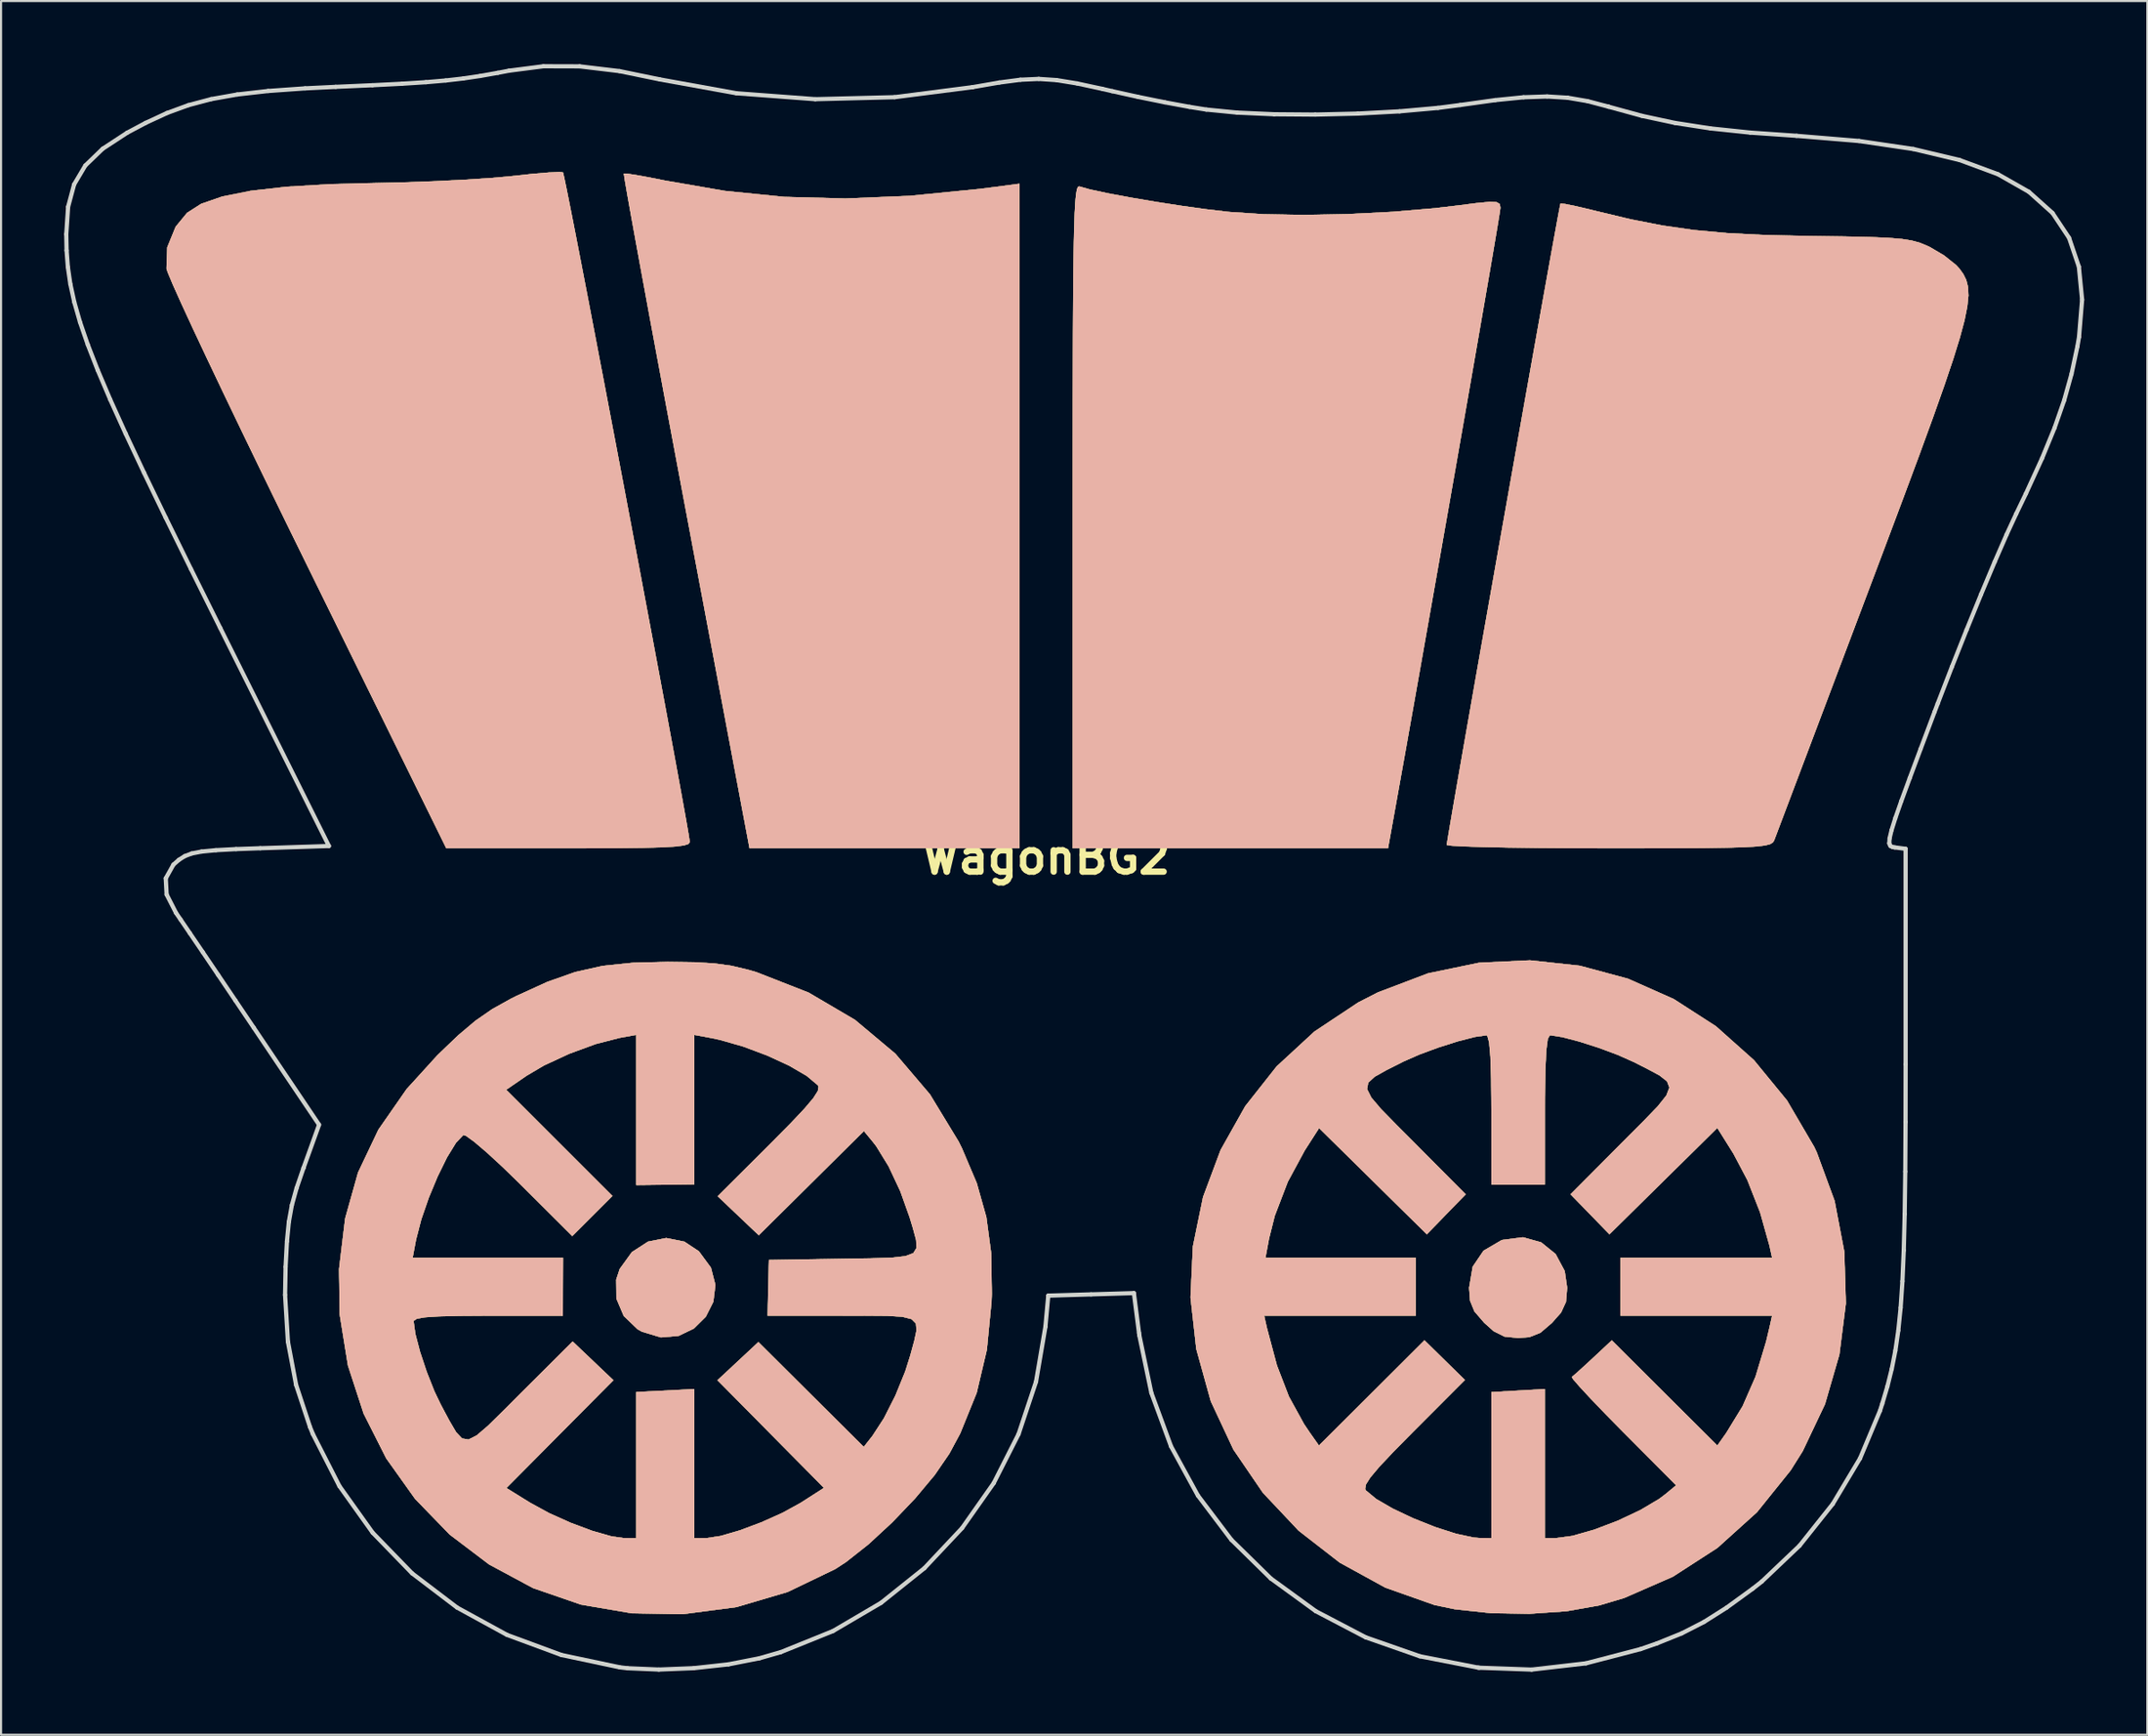
<source format=kicad_pcb>
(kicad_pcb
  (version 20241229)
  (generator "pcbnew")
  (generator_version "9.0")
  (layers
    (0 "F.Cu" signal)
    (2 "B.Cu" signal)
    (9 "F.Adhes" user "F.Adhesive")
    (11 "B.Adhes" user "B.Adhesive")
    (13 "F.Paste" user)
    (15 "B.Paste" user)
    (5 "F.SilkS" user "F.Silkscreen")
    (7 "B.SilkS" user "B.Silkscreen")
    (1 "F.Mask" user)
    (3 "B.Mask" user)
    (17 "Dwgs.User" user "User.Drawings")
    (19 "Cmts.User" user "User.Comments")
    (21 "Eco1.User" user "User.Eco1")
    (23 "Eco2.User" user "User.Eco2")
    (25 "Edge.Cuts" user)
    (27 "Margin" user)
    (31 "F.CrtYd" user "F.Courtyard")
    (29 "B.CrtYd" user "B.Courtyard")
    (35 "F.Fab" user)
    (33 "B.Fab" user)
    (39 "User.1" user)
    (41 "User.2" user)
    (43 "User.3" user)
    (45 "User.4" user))
  (footprint "WagonBG2"
    (layer "F.Cu")
    (at 46.662 37.704)
    (property "Reference" "WagonBG2" (at 0 0 0) (layer "F.SilkS") (effects (font (size 1.524 1.524) (thickness 0.3))))
    (attr through_hole)
    (fp_poly (pts (xy -17.188 18.286) (xy -16.499 18.743) (xy -15.927 19.521) (xy -15.715 20.341) (xy -15.813 21.139) (xy -16.171 21.85) (xy -16.739 22.412) (xy -17.466 22.761) (xy -18.303 22.832) (xy -19.2 22.562) (xy -19.409 22.446) (xy -20.066 21.817) (xy -20.417 20.988) (xy -20.425 20.085) (xy -20.258 19.582) (xy -19.681 18.782) (xy -18.914 18.285) (xy -18.052 18.112) (xy -17.188 18.286)) (stroke (width 0.01) (type solid)) (fill yes) (layer "F.SilkS"))
    (fp_poly (pts (xy 23.529 18.318) (xy 24.215 18.872) (xy 24.649 19.682) (xy 24.765 20.476) (xy 24.708 21.145) (xy 24.476 21.651) (xy 24.045 22.14) (xy 23.493 22.612) (xy 22.967 22.821) (xy 22.437 22.86) (xy 21.788 22.795) (xy 21.274 22.538) (xy 20.828 22.14) (xy 20.362 21.599) (xy 20.153 21.086) (xy 20.108 20.476) (xy 20.281 19.471) (xy 20.793 18.716) (xy 21.634 18.224) (xy 21.699 18.202) (xy 22.666 18.076) (xy 23.529 18.318)) (stroke (width 0.01) (type solid)) (fill yes) (layer "F.SilkS"))
    (fp_poly (pts (xy -19.843 -32.486) (xy -19.305 -32.399) (xy -18.544 -32.256) (xy -18.098 -32.165) (xy -15.257 -31.674) (xy -12.435 -31.39) (xy -9.54 -31.313) (xy -6.479 -31.439) (xy -3.158 -31.769) (xy -2.381 -31.868) (xy -1.27 -32.016) (xy -1.27 -0.423) (xy -14.089 -0.423) (xy -17.106 -16.432) (xy -17.584 -18.974) (xy -18.037 -21.392) (xy -18.459 -23.656) (xy -18.845 -25.733) (xy -19.188 -27.592) (xy -19.483 -29.2) (xy -19.724 -30.526) (xy -19.905 -31.538) (xy -20.02 -32.203) (xy -20.063 -32.491) (xy -20.062 -32.5) (xy -19.843 -32.486)) (stroke (width 0.01) (type solid)) (fill yes) (layer "F.SilkS"))
    (fp_poly (pts (xy 2.086 -31.745) (xy 2.915 -31.566) (xy 3.979 -31.366) (xy 5.182 -31.161) (xy 6.432 -30.967) (xy 7.636 -30.8) (xy 8.69 -30.676) (xy 10.329 -30.567) (xy 12.255 -30.533) (xy 14.341 -30.572) (xy 16.46 -30.68) (xy 18.482 -30.852) (xy 19.526 -30.976) (xy 20.47 -31.097) (xy 21.072 -31.154) (xy 21.408 -31.142) (xy 21.555 -31.057) (xy 21.59 -30.896) (xy 21.59 -30.863) (xy 21.554 -30.611) (xy 21.451 -29.979) (xy 21.287 -29.007) (xy 21.069 -27.733) (xy 20.803 -26.195) (xy 20.497 -24.43) (xy 20.157 -22.478) (xy 19.789 -20.375) (xy 19.401 -18.161) (xy 18.999 -15.874) (xy 18.59 -13.551) (xy 18.18 -11.232) (xy 17.777 -8.953) (xy 17.386 -6.753) (xy 17.015 -4.67) (xy 16.669 -2.743) (xy 16.376 -1.111) (xy 16.251 -0.423) (xy 1.27 -0.423) (xy 1.27 -16.215) (xy 1.271 -19.205) (xy 1.273 -21.798) (xy 1.279 -24.022) (xy 1.287 -25.904) (xy 1.298 -27.47) (xy 1.314 -28.748) (xy 1.335 -29.765) (xy 1.36 -30.547) (xy 1.391 -31.122) (xy 1.429 -31.516) (xy 1.473 -31.757) (xy 1.524 -31.872) (xy 1.582 -31.887) (xy 2.086 -31.745)) (stroke (width 0.01) (type solid)) (fill yes) (layer "F.SilkS"))
    (fp_poly (pts (xy -22.958 -32.554) (xy -22.905 -32.336) (xy -22.781 -31.742) (xy -22.595 -30.809) (xy -22.353 -29.578) (xy -22.064 -28.086) (xy -21.733 -26.374) (xy -21.37 -24.479) (xy -20.98 -22.442) (xy -20.573 -20.302) (xy -20.154 -18.096) (xy -19.732 -15.865) (xy -19.313 -13.647) (xy -18.906 -11.482) (xy -18.517 -9.409) (xy -18.154 -7.466) (xy -17.824 -5.693) (xy -17.535 -4.128) (xy -17.295 -2.812) (xy -17.109 -1.782) (xy -16.987 -1.078) (xy -16.935 -0.739) (xy -16.933 -0.72) (xy -16.994 -0.63) (xy -17.204 -0.56) (xy -17.606 -0.507) (xy -18.244 -0.469) (xy -19.16 -0.444) (xy -20.397 -0.43) (xy -21.998 -0.424) (xy -22.717 -0.423) (xy -28.5 -0.423) (xy -35.084 -13.811) (xy -36.183 -16.052) (xy -37.228 -18.197) (xy -38.203 -20.214) (xy -39.094 -22.07) (xy -39.884 -23.732) (xy -40.559 -25.169) (xy -41.103 -26.347) (xy -41.501 -27.234) (xy -41.737 -27.798) (xy -41.797 -27.982) (xy -41.761 -28.995) (xy -41.363 -29.971) (xy -40.82 -30.632) (xy -40.151 -31.06) (xy -39.151 -31.407) (xy -37.801 -31.678) (xy -36.084 -31.873) (xy -33.982 -31.997) (xy -32.115 -32.045) (xy -30.595 -32.079) (xy -29.05 -32.135) (xy -27.591 -32.208) (xy -26.328 -32.291) (xy -25.373 -32.379) (xy -25.341 -32.383) (xy -24.407 -32.485) (xy -23.637 -32.55) (xy -23.124 -32.572) (xy -22.958 -32.554)) (stroke (width 0.01) (type solid)) (fill yes) (layer "F.SilkS"))
    (fp_poly (pts (xy 24.666 -31.054) (xy 25.189 -30.947) (xy 25.921 -30.774) (xy 26.169 -30.712) (xy 27.786 -30.325) (xy 29.286 -30.031) (xy 30.774 -29.816) (xy 32.357 -29.67) (xy 34.141 -29.578) (xy 36.231 -29.531) (xy 36.445 -29.528) (xy 37.974 -29.507) (xy 39.143 -29.481) (xy 40.019 -29.444) (xy 40.666 -29.39) (xy 41.147 -29.313) (xy 41.529 -29.207) (xy 41.874 -29.065) (xy 42.001 -29.006) (xy 42.672 -28.61) (xy 43.244 -28.155) (xy 43.411 -27.974) (xy 43.595 -27.716) (xy 43.732 -27.437) (xy 43.815 -27.109) (xy 43.834 -26.701) (xy 43.781 -26.183) (xy 43.649 -25.525) (xy 43.428 -24.699) (xy 43.11 -23.672) (xy 42.686 -22.416) (xy 42.15 -20.901) (xy 41.491 -19.096) (xy 40.701 -16.973) (xy 39.773 -14.5) (xy 39.214 -13.018) (xy 38.407 -10.878) (xy 37.642 -8.851) (xy 36.933 -6.971) (xy 36.293 -5.274) (xy 35.735 -3.797) (xy 35.273 -2.574) (xy 34.921 -1.642) (xy 34.692 -1.035) (xy 34.6 -0.794) (xy 34.537 -0.697) (xy 34.406 -0.618) (xy 34.164 -0.557) (xy 33.771 -0.509) (xy 33.186 -0.475) (xy 32.367 -0.451) (xy 31.275 -0.435) (xy 29.868 -0.427) (xy 28.105 -0.424) (xy 26.753 -0.423) (xy 24.995 -0.428) (xy 23.377 -0.439) (xy 21.947 -0.458) (xy 20.752 -0.483) (xy 19.838 -0.512) (xy 19.254 -0.546) (xy 19.046 -0.582) (xy 19.046 -0.582) (xy 19.081 -0.817) (xy 19.183 -1.426) (xy 19.345 -2.371) (xy 19.56 -3.61) (xy 19.821 -5.104) (xy 20.121 -6.813) (xy 20.452 -8.697) (xy 20.808 -10.715) (xy 21.182 -12.829) (xy 21.565 -14.999) (xy 21.953 -17.183) (xy 22.336 -19.342) (xy 22.709 -21.437) (xy 23.064 -23.427) (xy 23.394 -25.272) (xy 23.692 -26.933) (xy 23.95 -28.369) (xy 24.163 -29.54) (xy 24.322 -30.407) (xy 24.421 -30.929) (xy 24.452 -31.073) (xy 24.666 -31.054)) (stroke (width 0.01) (type solid)) (fill yes) (layer "F.SilkS"))
    (fp_poly (pts (xy 25.368 5.166) (xy 27.659 5.784) (xy 29.828 6.748) (xy 31.836 8.043) (xy 33.644 9.656) (xy 35.213 11.571) (xy 36.504 13.776) (xy 36.623 14.027) (xy 37.475 16.347) (xy 37.936 18.761) (xy 38.01 21.214) (xy 37.702 23.649) (xy 37.017 26.01) (xy 35.959 28.242) (xy 35.39 29.149) (xy 33.786 31.145) (xy 31.905 32.842) (xy 29.787 34.211) (xy 27.475 35.222) (xy 26.296 35.574) (xy 24.745 35.851) (xy 22.972 35.974) (xy 21.146 35.943) (xy 19.436 35.759) (xy 18.464 35.557) (xy 16.126 34.73) (xy 13.959 33.54) (xy 12.006 32.023) (xy 10.308 30.22) (xy 8.909 28.169) (xy 7.851 25.909) (xy 7.821 25.828) (xy 7.143 23.386) (xy 6.966 21.802) (xy 10.364 21.802) (xy 10.495 22.384) (xy 10.971 24.168) (xy 11.542 25.651) (xy 12.258 26.953) (xy 12.545 27.379) (xy 12.97 27.981) (xy 15.478 25.48) (xy 17.986 22.978) (xy 18.944 23.918) (xy 19.902 24.859) (xy 17.429 27.339) (xy 16.491 28.291) (xy 15.828 28.996) (xy 15.409 29.495) (xy 15.198 29.83) (xy 15.163 30.042) (xy 15.2 30.114) (xy 15.69 30.52) (xy 16.477 30.977) (xy 17.447 31.437) (xy 18.487 31.851) (xy 19.481 32.172) (xy 20.315 32.352) (xy 20.585 32.374) (xy 21.167 32.385) (xy 21.167 25.438) (xy 22.437 25.366) (xy 23.707 25.294) (xy 23.707 28.84) (xy 23.707 32.385) (xy 24.197 32.385) (xy 25.014 32.275) (xy 26.049 31.98) (xy 27.17 31.554) (xy 28.244 31.048) (xy 29.14 30.516) (xy 29.424 30.302) (xy 29.951 29.868) (xy 27.421 27.324) (xy 26.596 26.485) (xy 25.895 25.756) (xy 25.366 25.185) (xy 25.053 24.824) (xy 24.99 24.719) (xy 25.187 24.553) (xy 25.593 24.185) (xy 25.989 23.819) (xy 26.888 22.979) (xy 31.904 27.981) (xy 32.329 27.379) (xy 33.105 26.11) (xy 33.721 24.703) (xy 34.224 23.035) (xy 34.379 22.384) (xy 34.51 21.802) (xy 27.305 21.802) (xy 27.305 19.05) (xy 34.51 19.05) (xy 34.381 18.468) (xy 33.937 16.888) (xy 33.335 15.356) (xy 32.669 14.095) (xy 31.903 12.87) (xy 29.34 15.4) (xy 26.776 17.929) (xy 25.854 16.98) (xy 24.932 16.032) (xy 27.441 13.508) (xy 28.398 12.549) (xy 29.077 11.844) (xy 29.484 11.332) (xy 29.628 10.956) (xy 29.515 10.657) (xy 29.154 10.375) (xy 28.552 10.052) (xy 27.923 9.735) (xy 27.18 9.403) (xy 26.28 9.067) (xy 25.357 8.771) (xy 24.543 8.557) (xy 23.972 8.467) (xy 23.941 8.467) (xy 23.844 8.641) (xy 23.774 9.177) (xy 23.729 10.092) (xy 23.708 11.405) (xy 23.707 12.016) (xy 23.707 15.565) (xy 21.167 15.565) (xy 21.167 12.016) (xy 21.155 10.546) (xy 21.12 9.481) (xy 21.059 8.802) (xy 20.973 8.492) (xy 20.933 8.467) (xy 20.388 8.545) (xy 19.588 8.75) (xy 18.669 9.041) (xy 17.762 9.375) (xy 17.002 9.709) (xy 16.95 9.735) (xy 16.166 10.13) (xy 15.617 10.439) (xy 15.311 10.72) (xy 15.255 11.031) (xy 15.457 11.433) (xy 15.924 11.982) (xy 16.664 12.739) (xy 17.432 13.508) (xy 19.941 16.032) (xy 19.019 16.98) (xy 18.098 17.929) (xy 12.977 12.878) (xy 12.292 13.946) (xy 11.486 15.438) (xy 10.869 17.052) (xy 10.597 18.135) (xy 10.426 19.05) (xy 17.568 19.05) (xy 17.568 21.802) (xy 10.364 21.802) (xy 6.966 21.802) (xy 6.869 20.934) (xy 6.981 18.513) (xy 7.463 16.164) (xy 8.298 13.928) (xy 9.469 11.843) (xy 10.961 9.952) (xy 12.756 8.295) (xy 14.838 6.912) (xy 15.769 6.435) (xy 18.156 5.528) (xy 20.578 5.024) (xy 22.995 4.908) (xy 25.368 5.166)) (stroke (width 0.01) (type solid)) (fill yes) (layer "F.SilkS"))
    (fp_poly (pts (xy -16.725 4.998) (xy -15.75 5.056) (xy -14.936 5.171) (xy -14.152 5.358) (xy -13.758 5.474) (xy -11.285 6.443) (xy -9.086 7.735) (xy -7.164 9.346) (xy -5.52 11.278) (xy -4.154 13.527) (xy -4.002 13.833) (xy -3.295 15.497) (xy -2.839 17.115) (xy -2.609 18.823) (xy -2.578 20.759) (xy -2.591 21.133) (xy -2.814 23.422) (xy -3.298 25.471) (xy -4.077 27.393) (xy -4.598 28.363) (xy -5.29 29.373) (xy -6.23 30.497) (xy -7.315 31.632) (xy -8.442 32.673) (xy -9.507 33.514) (xy -10.023 33.85) (xy -12.283 34.938) (xy -14.714 35.656) (xy -17.262 35.991) (xy -19.685 35.95) (xy -22.107 35.536) (xy -24.377 34.751) (xy -26.465 33.629) (xy -28.344 32.204) (xy -29.983 30.512) (xy -31.355 28.585) (xy -32.428 26.459) (xy -33.175 24.167) (xy -33.567 21.744) (xy -33.597 19.588) (xy -33.533 19.05) (xy -30.104 19.05) (xy -22.958 19.05) (xy -22.962 20.426) (xy -22.966 21.801) (xy -26.511 21.801) (xy -27.874 21.809) (xy -28.861 21.833) (xy -29.521 21.877) (xy -29.902 21.946) (xy -30.05 22.043) (xy -30.057 22.075) (xy -29.973 22.676) (xy -29.751 23.521) (xy -29.436 24.47) (xy -29.074 25.386) (xy -28.772 26.018) (xy -28.359 26.794) (xy -28.041 27.337) (xy -27.758 27.64) (xy -27.448 27.695) (xy -27.053 27.495) (xy -26.511 27.03) (xy -25.764 26.295) (xy -25.003 25.532) (xy -22.497 23.033) (xy -20.565 24.871) (xy -23.108 27.434) (xy -25.651 29.996) (xy -24.52 30.697) (xy -23.62 31.19) (xy -22.592 31.652) (xy -21.564 32.036) (xy -20.661 32.294) (xy -20.055 32.381) (xy -19.473 32.385) (xy -19.473 25.436) (xy -18.097 25.365) (xy -16.721 25.294) (xy -16.721 28.84) (xy -16.722 32.385) (xy -16.14 32.381) (xy -15.463 32.278) (xy -14.548 32.011) (xy -13.526 31.628) (xy -12.523 31.178) (xy -11.668 30.708) (xy -11.619 30.677) (xy -10.55 29.991) (xy -13.08 27.431) (xy -15.611 24.871) (xy -14.64 23.966) (xy -13.67 23.061) (xy -11.166 25.553) (xy -8.662 28.046) (xy -8.246 27.517) (xy -7.704 26.683) (xy -7.158 25.605) (xy -6.689 24.453) (xy -6.446 23.679) (xy -6.261 23.002) (xy -6.156 22.511) (xy -6.181 22.175) (xy -6.387 21.965) (xy -6.825 21.852) (xy -7.544 21.807) (xy -8.596 21.8) (xy -9.684 21.802) (xy -13.229 21.802) (xy -13.199 20.479) (xy -13.169 19.156) (xy -9.654 19.098) (xy -8.306 19.077) (xy -7.332 19.046) (xy -6.682 18.973) (xy -6.305 18.829) (xy -6.152 18.581) (xy -6.174 18.2) (xy -6.321 17.654) (xy -6.479 17.131) (xy -6.923 15.885) (xy -7.477 14.705) (xy -8.065 13.747) (xy -8.221 13.545) (xy -8.655 13.018) (xy -13.652 17.974) (xy -15.6 16.123) (xy -13.1 13.629) (xy -12.15 12.67) (xy -11.479 11.958) (xy -11.053 11.453) (xy -10.84 11.116) (xy -10.808 10.906) (xy -10.839 10.847) (xy -11.373 10.398) (xy -12.213 9.909) (xy -13.254 9.429) (xy -14.387 9.004) (xy -15.506 8.684) (xy -15.928 8.595) (xy -16.722 8.447) (xy -16.722 12.002) (xy -16.722 15.557) (xy -18.098 15.573) (xy -19.473 15.588) (xy -19.473 8.447) (xy -20.267 8.591) (xy -21.404 8.884) (xy -22.667 9.349) (xy -23.865 9.905) (xy -24.686 10.39) (xy -25.661 11.061) (xy -20.611 16.111) (xy -22.514 18.014) (xy -24.992 15.542) (xy -25.831 14.726) (xy -26.575 14.041) (xy -27.171 13.533) (xy -27.565 13.248) (xy -27.692 13.207) (xy -28.047 13.585) (xy -28.469 14.273) (xy -28.912 15.174) (xy -29.334 16.188) (xy -29.691 17.219) (xy -29.937 18.167) (xy -29.956 18.263) (xy -30.104 19.05) (xy -33.533 19.05) (xy -33.308 17.185) (xy -32.693 14.995) (xy -31.728 12.962) (xy -30.386 11.031) (xy -28.914 9.411) (xy -27.939 8.477) (xy -27.114 7.78) (xy -26.322 7.231) (xy -25.443 6.741) (xy -25.188 6.613) (xy -23.701 5.934) (xy -22.374 5.465) (xy -21.062 5.171) (xy -19.618 5.022) (xy -17.992 4.982) (xy -16.725 4.998)) (stroke (width 0.01) (type solid)) (fill yes) (layer "F.SilkS"))
    (fp_poly (pts (xy -17.188 18.286) (xy -16.499 18.743) (xy -15.927 19.521) (xy -15.715 20.341) (xy -15.813 21.139) (xy -16.171 21.85) (xy -16.739 22.412) (xy -17.466 22.761) (xy -18.303 22.832) (xy -19.2 22.562) (xy -19.409 22.446) (xy -20.066 21.817) (xy -20.417 20.988) (xy -20.425 20.085) (xy -20.258 19.582) (xy -19.681 18.782) (xy -18.914 18.285) (xy -18.052 18.112) (xy -17.188 18.286)) (stroke (width 0.01) (type solid)) (fill yes) (layer "B.SilkS"))
    (fp_poly (pts (xy 23.529 18.318) (xy 24.215 18.872) (xy 24.649 19.682) (xy 24.765 20.476) (xy 24.708 21.145) (xy 24.476 21.651) (xy 24.045 22.14) (xy 23.493 22.612) (xy 22.967 22.821) (xy 22.437 22.86) (xy 21.788 22.795) (xy 21.274 22.538) (xy 20.828 22.14) (xy 20.362 21.599) (xy 20.153 21.086) (xy 20.108 20.476) (xy 20.281 19.471) (xy 20.793 18.716) (xy 21.634 18.224) (xy 21.699 18.202) (xy 22.666 18.076) (xy 23.529 18.318)) (stroke (width 0.01) (type solid)) (fill yes) (layer "B.SilkS"))
    (fp_poly (pts (xy -19.843 -32.486) (xy -19.305 -32.399) (xy -18.544 -32.256) (xy -18.098 -32.165) (xy -15.257 -31.674) (xy -12.435 -31.39) (xy -9.54 -31.313) (xy -6.479 -31.439) (xy -3.158 -31.769) (xy -2.381 -31.868) (xy -1.27 -32.016) (xy -1.27 -0.423) (xy -14.089 -0.423) (xy -17.106 -16.432) (xy -17.584 -18.974) (xy -18.037 -21.392) (xy -18.459 -23.656) (xy -18.845 -25.733) (xy -19.188 -27.592) (xy -19.483 -29.2) (xy -19.724 -30.526) (xy -19.905 -31.538) (xy -20.02 -32.203) (xy -20.063 -32.491) (xy -20.062 -32.5) (xy -19.843 -32.486)) (stroke (width 0.01) (type solid)) (fill yes) (layer "B.SilkS"))
    (fp_poly (pts (xy 2.086 -31.745) (xy 2.915 -31.566) (xy 3.979 -31.366) (xy 5.182 -31.161) (xy 6.432 -30.967) (xy 7.636 -30.8) (xy 8.69 -30.676) (xy 10.329 -30.567) (xy 12.255 -30.533) (xy 14.341 -30.572) (xy 16.46 -30.68) (xy 18.482 -30.852) (xy 19.526 -30.976) (xy 20.47 -31.097) (xy 21.072 -31.154) (xy 21.408 -31.142) (xy 21.555 -31.057) (xy 21.59 -30.896) (xy 21.59 -30.863) (xy 21.554 -30.611) (xy 21.451 -29.979) (xy 21.287 -29.007) (xy 21.069 -27.733) (xy 20.803 -26.195) (xy 20.497 -24.43) (xy 20.157 -22.478) (xy 19.789 -20.375) (xy 19.401 -18.161) (xy 18.999 -15.874) (xy 18.59 -13.551) (xy 18.18 -11.232) (xy 17.777 -8.953) (xy 17.386 -6.753) (xy 17.015 -4.67) (xy 16.669 -2.743) (xy 16.376 -1.111) (xy 16.251 -0.423) (xy 1.27 -0.423) (xy 1.27 -16.215) (xy 1.271 -19.205) (xy 1.273 -21.798) (xy 1.279 -24.022) (xy 1.287 -25.904) (xy 1.298 -27.47) (xy 1.314 -28.748) (xy 1.335 -29.765) (xy 1.36 -30.547) (xy 1.391 -31.122) (xy 1.429 -31.516) (xy 1.473 -31.757) (xy 1.524 -31.872) (xy 1.582 -31.887) (xy 2.086 -31.745)) (stroke (width 0.01) (type solid)) (fill yes) (layer "B.SilkS"))
    (fp_poly (pts (xy -22.958 -32.554) (xy -22.905 -32.336) (xy -22.781 -31.742) (xy -22.595 -30.809) (xy -22.353 -29.578) (xy -22.064 -28.086) (xy -21.733 -26.374) (xy -21.37 -24.479) (xy -20.98 -22.442) (xy -20.573 -20.302) (xy -20.154 -18.096) (xy -19.732 -15.865) (xy -19.313 -13.647) (xy -18.906 -11.482) (xy -18.517 -9.409) (xy -18.154 -7.466) (xy -17.824 -5.693) (xy -17.535 -4.128) (xy -17.295 -2.812) (xy -17.109 -1.782) (xy -16.987 -1.078) (xy -16.935 -0.739) (xy -16.933 -0.72) (xy -16.994 -0.63) (xy -17.204 -0.56) (xy -17.606 -0.507) (xy -18.244 -0.469) (xy -19.16 -0.444) (xy -20.397 -0.43) (xy -21.998 -0.424) (xy -22.717 -0.423) (xy -28.5 -0.423) (xy -35.084 -13.811) (xy -36.183 -16.052) (xy -37.228 -18.197) (xy -38.203 -20.214) (xy -39.094 -22.07) (xy -39.884 -23.732) (xy -40.559 -25.169) (xy -41.103 -26.347) (xy -41.501 -27.234) (xy -41.737 -27.798) (xy -41.797 -27.982) (xy -41.761 -28.995) (xy -41.363 -29.971) (xy -40.82 -30.632) (xy -40.151 -31.06) (xy -39.151 -31.407) (xy -37.801 -31.678) (xy -36.084 -31.873) (xy -33.982 -31.997) (xy -32.115 -32.045) (xy -30.595 -32.079) (xy -29.05 -32.135) (xy -27.591 -32.208) (xy -26.328 -32.291) (xy -25.373 -32.379) (xy -25.341 -32.383) (xy -24.407 -32.485) (xy -23.637 -32.55) (xy -23.124 -32.572) (xy -22.958 -32.554)) (stroke (width 0.01) (type solid)) (fill yes) (layer "B.SilkS"))
    (fp_poly (pts (xy 24.666 -31.054) (xy 25.189 -30.947) (xy 25.921 -30.774) (xy 26.169 -30.712) (xy 27.786 -30.325) (xy 29.286 -30.031) (xy 30.774 -29.816) (xy 32.357 -29.67) (xy 34.141 -29.578) (xy 36.231 -29.531) (xy 36.445 -29.528) (xy 37.974 -29.507) (xy 39.143 -29.481) (xy 40.019 -29.444) (xy 40.666 -29.39) (xy 41.147 -29.313) (xy 41.529 -29.207) (xy 41.874 -29.065) (xy 42.001 -29.006) (xy 42.672 -28.61) (xy 43.244 -28.155) (xy 43.411 -27.974) (xy 43.595 -27.716) (xy 43.732 -27.437) (xy 43.815 -27.109) (xy 43.834 -26.701) (xy 43.781 -26.183) (xy 43.649 -25.525) (xy 43.428 -24.699) (xy 43.11 -23.672) (xy 42.686 -22.416) (xy 42.15 -20.901) (xy 41.491 -19.096) (xy 40.701 -16.973) (xy 39.773 -14.5) (xy 39.214 -13.018) (xy 38.407 -10.878) (xy 37.642 -8.851) (xy 36.933 -6.971) (xy 36.293 -5.274) (xy 35.735 -3.797) (xy 35.273 -2.574) (xy 34.921 -1.642) (xy 34.692 -1.035) (xy 34.6 -0.794) (xy 34.537 -0.697) (xy 34.406 -0.618) (xy 34.164 -0.557) (xy 33.771 -0.509) (xy 33.186 -0.475) (xy 32.367 -0.451) (xy 31.275 -0.435) (xy 29.868 -0.427) (xy 28.105 -0.424) (xy 26.753 -0.423) (xy 24.995 -0.428) (xy 23.377 -0.439) (xy 21.947 -0.458) (xy 20.752 -0.483) (xy 19.838 -0.512) (xy 19.254 -0.546) (xy 19.046 -0.582) (xy 19.046 -0.582) (xy 19.081 -0.817) (xy 19.183 -1.426) (xy 19.345 -2.371) (xy 19.56 -3.61) (xy 19.821 -5.104) (xy 20.121 -6.813) (xy 20.452 -8.697) (xy 20.808 -10.715) (xy 21.182 -12.829) (xy 21.565 -14.999) (xy 21.953 -17.183) (xy 22.336 -19.342) (xy 22.709 -21.437) (xy 23.064 -23.427) (xy 23.394 -25.272) (xy 23.692 -26.933) (xy 23.95 -28.369) (xy 24.163 -29.54) (xy 24.322 -30.407) (xy 24.421 -30.929) (xy 24.452 -31.073) (xy 24.666 -31.054)) (stroke (width 0.01) (type solid)) (fill yes) (layer "B.SilkS"))
    (fp_poly (pts (xy 25.368 5.166) (xy 27.659 5.784) (xy 29.828 6.748) (xy 31.836 8.043) (xy 33.644 9.656) (xy 35.213 11.571) (xy 36.504 13.776) (xy 36.623 14.027) (xy 37.475 16.347) (xy 37.936 18.761) (xy 38.01 21.214) (xy 37.702 23.649) (xy 37.017 26.01) (xy 35.959 28.242) (xy 35.39 29.149) (xy 33.786 31.145) (xy 31.905 32.842) (xy 29.787 34.211) (xy 27.475 35.222) (xy 26.296 35.574) (xy 24.745 35.851) (xy 22.972 35.974) (xy 21.146 35.943) (xy 19.436 35.759) (xy 18.464 35.557) (xy 16.126 34.73) (xy 13.959 33.54) (xy 12.006 32.023) (xy 10.308 30.22) (xy 8.909 28.169) (xy 7.851 25.909) (xy 7.821 25.828) (xy 7.143 23.386) (xy 6.966 21.802) (xy 10.364 21.802) (xy 10.495 22.384) (xy 10.971 24.168) (xy 11.542 25.651) (xy 12.258 26.953) (xy 12.545 27.379) (xy 12.97 27.981) (xy 15.478 25.48) (xy 17.986 22.978) (xy 18.944 23.918) (xy 19.902 24.859) (xy 17.429 27.339) (xy 16.491 28.291) (xy 15.828 28.996) (xy 15.409 29.495) (xy 15.198 29.83) (xy 15.163 30.042) (xy 15.2 30.114) (xy 15.69 30.52) (xy 16.477 30.977) (xy 17.447 31.437) (xy 18.487 31.851) (xy 19.481 32.172) (xy 20.315 32.352) (xy 20.585 32.374) (xy 21.167 32.385) (xy 21.167 25.438) (xy 22.437 25.366) (xy 23.707 25.294) (xy 23.707 28.84) (xy 23.707 32.385) (xy 24.197 32.385) (xy 25.014 32.275) (xy 26.049 31.98) (xy 27.17 31.554) (xy 28.244 31.048) (xy 29.14 30.516) (xy 29.424 30.302) (xy 29.951 29.868) (xy 27.421 27.324) (xy 26.596 26.485) (xy 25.895 25.756) (xy 25.366 25.185) (xy 25.053 24.824) (xy 24.99 24.719) (xy 25.187 24.553) (xy 25.593 24.185) (xy 25.989 23.819) (xy 26.888 22.979) (xy 31.904 27.981) (xy 32.329 27.379) (xy 33.105 26.11) (xy 33.721 24.703) (xy 34.224 23.035) (xy 34.379 22.384) (xy 34.51 21.802) (xy 27.305 21.802) (xy 27.305 19.05) (xy 34.51 19.05) (xy 34.381 18.468) (xy 33.937 16.888) (xy 33.335 15.356) (xy 32.669 14.095) (xy 31.903 12.87) (xy 29.34 15.4) (xy 26.776 17.929) (xy 25.854 16.98) (xy 24.932 16.032) (xy 27.441 13.508) (xy 28.398 12.549) (xy 29.077 11.844) (xy 29.484 11.332) (xy 29.628 10.956) (xy 29.515 10.657) (xy 29.154 10.375) (xy 28.552 10.052) (xy 27.923 9.735) (xy 27.18 9.403) (xy 26.28 9.067) (xy 25.357 8.771) (xy 24.543 8.557) (xy 23.972 8.467) (xy 23.941 8.467) (xy 23.844 8.641) (xy 23.774 9.177) (xy 23.729 10.092) (xy 23.708 11.405) (xy 23.707 12.016) (xy 23.707 15.565) (xy 21.167 15.565) (xy 21.167 12.016) (xy 21.155 10.546) (xy 21.12 9.481) (xy 21.059 8.802) (xy 20.973 8.492) (xy 20.933 8.467) (xy 20.388 8.545) (xy 19.588 8.75) (xy 18.669 9.041) (xy 17.762 9.375) (xy 17.002 9.709) (xy 16.95 9.735) (xy 16.166 10.13) (xy 15.617 10.439) (xy 15.311 10.72) (xy 15.255 11.031) (xy 15.457 11.433) (xy 15.924 11.982) (xy 16.664 12.739) (xy 17.432 13.508) (xy 19.941 16.032) (xy 19.019 16.98) (xy 18.098 17.929) (xy 12.977 12.878) (xy 12.292 13.946) (xy 11.486 15.438) (xy 10.869 17.052) (xy 10.597 18.135) (xy 10.426 19.05) (xy 17.568 19.05) (xy 17.568 21.802) (xy 10.364 21.802) (xy 6.966 21.802) (xy 6.869 20.934) (xy 6.981 18.513) (xy 7.463 16.164) (xy 8.298 13.928) (xy 9.469 11.843) (xy 10.961 9.952) (xy 12.756 8.295) (xy 14.838 6.912) (xy 15.769 6.435) (xy 18.156 5.528) (xy 20.578 5.024) (xy 22.995 4.908) (xy 25.368 5.166)) (stroke (width 0.01) (type solid)) (fill yes) (layer "B.SilkS"))
    (fp_poly (pts (xy -16.725 4.998) (xy -15.75 5.056) (xy -14.936 5.171) (xy -14.152 5.358) (xy -13.758 5.474) (xy -11.285 6.443) (xy -9.086 7.735) (xy -7.164 9.346) (xy -5.52 11.278) (xy -4.154 13.527) (xy -4.002 13.833) (xy -3.295 15.497) (xy -2.839 17.115) (xy -2.609 18.823) (xy -2.578 20.759) (xy -2.591 21.133) (xy -2.814 23.422) (xy -3.298 25.471) (xy -4.077 27.393) (xy -4.598 28.363) (xy -5.29 29.373) (xy -6.23 30.497) (xy -7.315 31.632) (xy -8.442 32.673) (xy -9.507 33.514) (xy -10.023 33.85) (xy -12.283 34.938) (xy -14.714 35.656) (xy -17.262 35.991) (xy -19.685 35.95) (xy -22.107 35.536) (xy -24.377 34.751) (xy -26.465 33.629) (xy -28.344 32.204) (xy -29.983 30.512) (xy -31.355 28.585) (xy -32.428 26.459) (xy -33.175 24.167) (xy -33.567 21.744) (xy -33.597 19.588) (xy -33.533 19.05) (xy -30.104 19.05) (xy -22.958 19.05) (xy -22.962 20.426) (xy -22.966 21.801) (xy -26.511 21.801) (xy -27.874 21.809) (xy -28.861 21.833) (xy -29.521 21.877) (xy -29.902 21.946) (xy -30.05 22.043) (xy -30.057 22.075) (xy -29.973 22.676) (xy -29.751 23.521) (xy -29.436 24.47) (xy -29.074 25.386) (xy -28.772 26.018) (xy -28.359 26.794) (xy -28.041 27.337) (xy -27.758 27.64) (xy -27.448 27.695) (xy -27.053 27.495) (xy -26.511 27.03) (xy -25.764 26.295) (xy -25.003 25.532) (xy -22.497 23.033) (xy -20.565 24.871) (xy -23.108 27.434) (xy -25.651 29.996) (xy -24.52 30.697) (xy -23.62 31.19) (xy -22.592 31.652) (xy -21.564 32.036) (xy -20.661 32.294) (xy -20.055 32.381) (xy -19.473 32.385) (xy -19.473 25.436) (xy -18.097 25.365) (xy -16.721 25.294) (xy -16.721 28.84) (xy -16.722 32.385) (xy -16.14 32.381) (xy -15.463 32.278) (xy -14.548 32.011) (xy -13.526 31.628) (xy -12.523 31.178) (xy -11.668 30.708) (xy -11.619 30.677) (xy -10.55 29.991) (xy -13.08 27.431) (xy -15.611 24.871) (xy -14.64 23.966) (xy -13.67 23.061) (xy -11.166 25.553) (xy -8.662 28.046) (xy -8.246 27.517) (xy -7.704 26.683) (xy -7.158 25.605) (xy -6.689 24.453) (xy -6.446 23.679) (xy -6.261 23.002) (xy -6.156 22.511) (xy -6.181 22.175) (xy -6.387 21.965) (xy -6.825 21.852) (xy -7.544 21.807) (xy -8.596 21.8) (xy -9.684 21.802) (xy -13.229 21.802) (xy -13.199 20.479) (xy -13.169 19.156) (xy -9.654 19.098) (xy -8.306 19.077) (xy -7.332 19.046) (xy -6.682 18.973) (xy -6.305 18.829) (xy -6.152 18.581) (xy -6.174 18.2) (xy -6.321 17.654) (xy -6.479 17.131) (xy -6.923 15.885) (xy -7.477 14.705) (xy -8.065 13.747) (xy -8.221 13.545) (xy -8.655 13.018) (xy -13.652 17.974) (xy -15.6 16.123) (xy -13.1 13.629) (xy -12.15 12.67) (xy -11.479 11.958) (xy -11.053 11.453) (xy -10.84 11.116) (xy -10.808 10.906) (xy -10.839 10.847) (xy -11.373 10.398) (xy -12.213 9.909) (xy -13.254 9.429) (xy -14.387 9.004) (xy -15.506 8.684) (xy -15.928 8.595) (xy -16.722 8.447) (xy -16.722 12.002) (xy -16.722 15.557) (xy -18.098 15.573) (xy -19.473 15.588) (xy -19.473 8.447) (xy -20.267 8.591) (xy -21.404 8.884) (xy -22.667 9.349) (xy -23.865 9.905) (xy -24.686 10.39) (xy -25.661 11.061) (xy -20.611 16.111) (xy -22.514 18.014) (xy -24.992 15.542) (xy -25.831 14.726) (xy -26.575 14.041) (xy -27.171 13.533) (xy -27.565 13.248) (xy -27.692 13.207) (xy -28.047 13.585) (xy -28.469 14.273) (xy -28.912 15.174) (xy -29.334 16.188) (xy -29.691 17.219) (xy -29.937 18.167) (xy -29.956 18.263) (xy -30.104 19.05) (xy -33.533 19.05) (xy -33.308 17.185) (xy -32.693 14.995) (xy -31.728 12.962) (xy -30.386 11.031) (xy -28.914 9.411) (xy -27.939 8.477) (xy -27.114 7.78) (xy -26.322 7.231) (xy -25.443 6.741) (xy -25.188 6.613) (xy -23.701 5.934) (xy -22.374 5.465) (xy -21.062 5.171) (xy -19.618 5.022) (xy -17.992 4.982) (xy -16.725 4.998)) (stroke (width 0.01) (type solid)) (fill yes) (layer "B.SilkS"))
    (fp_line (start -46.562 -29.62) (end -46.475 -30.919) (stroke (width 0.2) (type solid)) (layer "Edge.Cuts"))
    (fp_line (start -46.547 -28.846) (end -46.562 -29.62) (stroke (width 0.2) (type solid)) (layer "Edge.Cuts"))
    (fp_line (start -46.487 -28.058) (end -46.547 -28.846) (stroke (width 0.2) (type solid)) (layer "Edge.Cuts"))
    (fp_line (start -46.475 -30.919) (end -46.19 -31.983) (stroke (width 0.2) (type solid)) (layer "Edge.Cuts"))
    (fp_line (start -46.369 -27.249) (end -46.487 -28.058) (stroke (width 0.2) (type solid)) (layer "Edge.Cuts"))
    (fp_line (start -46.19 -31.983) (end -45.659 -32.881) (stroke (width 0.2) (type solid)) (layer "Edge.Cuts"))
    (fp_line (start -46.18 -26.386) (end -46.369 -27.249) (stroke (width 0.2) (type solid)) (layer "Edge.Cuts"))
    (fp_line (start -45.909 -25.438) (end -46.18 -26.386) (stroke (width 0.2) (type solid)) (layer "Edge.Cuts"))
    (fp_line (start -45.659 -32.881) (end -44.835 -33.678) (stroke (width 0.2) (type solid)) (layer "Edge.Cuts"))
    (fp_line (start -45.542 -24.371) (end -45.909 -25.438) (stroke (width 0.2) (type solid)) (layer "Edge.Cuts"))
    (fp_line (start -45.068 -23.154) (end -45.542 -24.371) (stroke (width 0.2) (type solid)) (layer "Edge.Cuts"))
    (fp_line (start -44.835 -33.678) (end -43.671 -34.441) (stroke (width 0.2) (type solid)) (layer "Edge.Cuts"))
    (fp_line (start -44.473 -21.755) (end -45.068 -23.154) (stroke (width 0.2) (type solid)) (layer "Edge.Cuts"))
    (fp_line (start -43.744 -20.142) (end -44.473 -21.755) (stroke (width 0.2) (type solid)) (layer "Edge.Cuts"))
    (fp_line (start -43.671 -34.441) (end -42.787 -34.912) (stroke (width 0.2) (type solid)) (layer "Edge.Cuts"))
    (fp_line (start -42.87 -18.282) (end -43.744 -20.142) (stroke (width 0.2) (type solid)) (layer "Edge.Cuts"))
    (fp_line (start -42.787 -34.912) (end -41.774 -35.381) (stroke (width 0.2) (type solid)) (layer "Edge.Cuts"))
    (fp_line (start -41.838 -16.143) (end -42.87 -18.282) (stroke (width 0.2) (type solid)) (layer "Edge.Cuts"))
    (fp_line (start -41.834 1.009) (end -41.47 0.357) (stroke (width 0.2) (type solid)) (layer "Edge.Cuts"))
    (fp_line (start -41.793 1.776) (end -41.834 1.009) (stroke (width 0.2) (type solid)) (layer "Edge.Cuts"))
    (fp_line (start -41.774 -35.381) (end -40.759 -35.753) (stroke (width 0.2) (type solid)) (layer "Edge.Cuts"))
    (fp_line (start -41.47 0.357) (end -41.208 0.127) (stroke (width 0.2) (type solid)) (layer "Edge.Cuts"))
    (fp_line (start -41.345 2.654) (end -41.793 1.776) (stroke (width 0.2) (type solid)) (layer "Edge.Cuts"))
    (fp_line (start -41.208 0.127) (end -40.933 -0.047) (stroke (width 0.2) (type solid)) (layer "Edge.Cuts"))
    (fp_line (start -41.129 2.969) (end -41.345 2.654) (stroke (width 0.2) (type solid)) (layer "Edge.Cuts"))
    (fp_line (start -40.933 -0.047) (end -40.599 -0.174) (stroke (width 0.2) (type solid)) (layer "Edge.Cuts"))
    (fp_line (start -40.759 -35.753) (end -39.67 -36.042) (stroke (width 0.2) (type solid)) (layer "Edge.Cuts"))
    (fp_line (start -40.685 3.621) (end -41.129 2.969) (stroke (width 0.2) (type solid)) (layer "Edge.Cuts"))
    (fp_line (start -40.635 -13.694) (end -41.838 -16.143) (stroke (width 0.2) (type solid)) (layer "Edge.Cuts"))
    (fp_line (start -40.599 -0.174) (end -40.13 -0.265) (stroke (width 0.2) (type solid)) (layer "Edge.Cuts"))
    (fp_line (start -40.13 -0.265) (end -39.452 -0.331) (stroke (width 0.2) (type solid)) (layer "Edge.Cuts"))
    (fp_line (start -40.076 4.518) (end -40.685 3.621) (stroke (width 0.2) (type solid)) (layer "Edge.Cuts"))
    (fp_line (start -39.67 -36.042) (end -38.432 -36.262) (stroke (width 0.2) (type solid)) (layer "Edge.Cuts"))
    (fp_line (start -39.452 -0.331) (end -38.492 -0.382) (stroke (width 0.2) (type solid)) (layer "Edge.Cuts"))
    (fp_line (start -39.342 5.604) (end -40.076 4.518) (stroke (width 0.2) (type solid)) (layer "Edge.Cuts"))
    (fp_line (start -39.248 -10.901) (end -40.635 -13.694) (stroke (width 0.2) (type solid)) (layer "Edge.Cuts"))
    (fp_line (start -38.522 6.82) (end -39.342 5.604) (stroke (width 0.2) (type solid)) (layer "Edge.Cuts"))
    (fp_line (start -38.492 -0.382) (end -37.345 -0.423) (stroke (width 0.2) (type solid)) (layer "Edge.Cuts"))
    (fp_line (start -38.432 -36.262) (end -36.97 -36.428) (stroke (width 0.2) (type solid)) (layer "Edge.Cuts"))
    (fp_line (start -37.654 8.108) (end -38.522 6.82) (stroke (width 0.2) (type solid)) (layer "Edge.Cuts"))
    (fp_line (start -37.345 -0.423) (end -34.08 -0.529) (stroke (width 0.2) (type solid)) (layer "Edge.Cuts"))
    (fp_line (start -36.97 -36.428) (end -35.212 -36.553) (stroke (width 0.2) (type solid)) (layer "Edge.Cuts"))
    (fp_line (start -36.164 20.812) (end -36.139 19.48) (stroke (width 0.2) (type solid)) (layer "Edge.Cuts"))
    (fp_line (start -36.139 19.48) (end -36.075 18.269) (stroke (width 0.2) (type solid)) (layer "Edge.Cuts"))
    (fp_line (start -36.075 18.269) (end -35.984 17.338) (stroke (width 0.2) (type solid)) (layer "Edge.Cuts"))
    (fp_line (start -36.028 23.042) (end -36.164 20.812) (stroke (width 0.2) (type solid)) (layer "Edge.Cuts"))
    (fp_line (start -35.984 17.338) (end -35.841 16.543) (stroke (width 0.2) (type solid)) (layer "Edge.Cuts"))
    (fp_line (start -35.841 16.543) (end -35.618 15.739) (stroke (width 0.2) (type solid)) (layer "Edge.Cuts"))
    (fp_line (start -35.639 25.097) (end -36.028 23.042) (stroke (width 0.2) (type solid)) (layer "Edge.Cuts"))
    (fp_line (start -35.618 15.739) (end -35.29 14.784) (stroke (width 0.2) (type solid)) (layer "Edge.Cuts"))
    (fp_line (start -35.29 14.784) (end -35.287 14.776) (stroke (width 0.2) (type solid)) (layer "Edge.Cuts"))
    (fp_line (start -35.287 14.776) (end -34.548 12.724) (stroke (width 0.2) (type solid)) (layer "Edge.Cuts"))
    (fp_line (start -35.212 -36.553) (end -33.761 -36.624) (stroke (width 0.2) (type solid)) (layer "Edge.Cuts"))
    (fp_line (start -34.98 27.093) (end -35.639 25.097) (stroke (width 0.2) (type solid)) (layer "Edge.Cuts"))
    (fp_line (start -34.843 27.429) (end -34.98 27.093) (stroke (width 0.2) (type solid)) (layer "Edge.Cuts"))
    (fp_line (start -34.548 12.724) (end -37.654 8.108) (stroke (width 0.2) (type solid)) (layer "Edge.Cuts"))
    (fp_line (start -34.08 -0.529) (end -39.248 -10.901) (stroke (width 0.2) (type solid)) (layer "Edge.Cuts"))
    (fp_line (start -33.761 -36.624) (end -32.011 -36.702) (stroke (width 0.2) (type solid)) (layer "Edge.Cuts"))
    (fp_line (start -33.581 29.906) (end -34.843 27.429) (stroke (width 0.2) (type solid)) (layer "Edge.Cuts"))
    (fp_line (start -32.011 -36.702) (end -30.607 -36.773) (stroke (width 0.2) (type solid)) (layer "Edge.Cuts"))
    (fp_line (start -32.001 32.121) (end -33.581 29.906) (stroke (width 0.2) (type solid)) (layer "Edge.Cuts"))
    (fp_line (start -30.607 -36.773) (end -29.471 -36.846) (stroke (width 0.2) (type solid)) (layer "Edge.Cuts"))
    (fp_line (start -30.128 34.052) (end -32.001 32.121) (stroke (width 0.2) (type solid)) (layer "Edge.Cuts"))
    (fp_line (start -29.471 -36.846) (end -28.525 -36.927) (stroke (width 0.2) (type solid)) (layer "Edge.Cuts"))
    (fp_line (start -28.525 -36.927) (end -27.691 -37.023) (stroke (width 0.2) (type solid)) (layer "Edge.Cuts"))
    (fp_line (start -27.991 35.679) (end -30.128 34.052) (stroke (width 0.2) (type solid)) (layer "Edge.Cuts"))
    (fp_line (start -27.691 -37.023) (end -26.891 -37.142) (stroke (width 0.2) (type solid)) (layer "Edge.Cuts"))
    (fp_line (start -26.891 -37.142) (end -26.049 -37.292) (stroke (width 0.2) (type solid)) (layer "Edge.Cuts"))
    (fp_line (start -26.049 -37.292) (end -25.525 -37.392) (stroke (width 0.2) (type solid)) (layer "Edge.Cuts"))
    (fp_line (start -25.616 36.98) (end -27.991 35.679) (stroke (width 0.2) (type solid)) (layer "Edge.Cuts"))
    (fp_line (start -25.525 -37.392) (end -23.885 -37.604) (stroke (width 0.2) (type solid)) (layer "Edge.Cuts"))
    (fp_line (start -23.885 -37.604) (end -22.167 -37.599) (stroke (width 0.2) (type solid)) (layer "Edge.Cuts"))
    (fp_line (start -23.031 37.935) (end -25.616 36.98) (stroke (width 0.2) (type solid)) (layer "Edge.Cuts"))
    (fp_line (start -22.167 -37.599) (end -20.275 -37.373) (stroke (width 0.2) (type solid)) (layer "Edge.Cuts"))
    (fp_line (start -20.275 -37.373) (end -18.356 -36.978) (stroke (width 0.2) (type solid)) (layer "Edge.Cuts"))
    (fp_line (start -20.263 38.521) (end -23.031 37.935) (stroke (width 0.2) (type solid)) (layer "Edge.Cuts"))
    (fp_line (start -19.889 38.565) (end -20.263 38.521) (stroke (width 0.2) (type solid)) (layer "Edge.Cuts"))
    (fp_line (start -18.401 38.628) (end -19.889 38.565) (stroke (width 0.2) (type solid)) (layer "Edge.Cuts"))
    (fp_line (start -18.356 -36.978) (end -14.717 -36.32) (stroke (width 0.2) (type solid)) (layer "Edge.Cuts"))
    (fp_line (start -16.742 38.562) (end -18.401 38.628) (stroke (width 0.2) (type solid)) (layer "Edge.Cuts"))
    (fp_line (start -15.09 38.38) (end -16.742 38.562) (stroke (width 0.2) (type solid)) (layer "Edge.Cuts"))
    (fp_line (start -14.717 -36.32) (end -10.967 -36.038) (stroke (width 0.2) (type solid)) (layer "Edge.Cuts"))
    (fp_line (start -13.623 38.092) (end -15.09 38.38) (stroke (width 0.2) (type solid)) (layer "Edge.Cuts"))
    (fp_line (start -12.6 37.798) (end -13.623 38.092) (stroke (width 0.2) (type solid)) (layer "Edge.Cuts"))
    (fp_line (start -10.967 -36.038) (end -7.197 -36.133) (stroke (width 0.2) (type solid)) (layer "Edge.Cuts"))
    (fp_line (start -10.12 36.795) (end -12.6 37.798) (stroke (width 0.2) (type solid)) (layer "Edge.Cuts"))
    (fp_line (start -7.838 35.454) (end -10.12 36.795) (stroke (width 0.2) (type solid)) (layer "Edge.Cuts"))
    (fp_line (start -7.197 -36.133) (end -3.494 -36.609) (stroke (width 0.2) (type solid)) (layer "Edge.Cuts"))
    (fp_line (start -5.785 33.811) (end -7.838 35.454) (stroke (width 0.2) (type solid)) (layer "Edge.Cuts"))
    (fp_line (start -3.991 31.903) (end -5.785 33.811) (stroke (width 0.2) (type solid)) (layer "Edge.Cuts"))
    (fp_line (start -3.494 -36.609) (end -3.493 -36.609) (stroke (width 0.2) (type solid)) (layer "Edge.Cuts"))
    (fp_line (start -3.493 -36.609) (end -2.221 -36.83) (stroke (width 0.2) (type solid)) (layer "Edge.Cuts"))
    (fp_line (start -2.487 29.765) (end -3.991 31.903) (stroke (width 0.2) (type solid)) (layer "Edge.Cuts"))
    (fp_line (start -2.221 -36.83) (end -1.214 -36.962) (stroke (width 0.2) (type solid)) (layer "Edge.Cuts"))
    (fp_line (start -1.305 27.433) (end -2.487 29.765) (stroke (width 0.2) (type solid)) (layer "Edge.Cuts"))
    (fp_line (start -1.214 -36.962) (end -0.347 -37.002) (stroke (width 0.2) (type solid)) (layer "Edge.Cuts"))
    (fp_line (start -0.476 24.943) (end -1.305 27.433) (stroke (width 0.2) (type solid)) (layer "Edge.Cuts"))
    (fp_line (start -0.347 -37.002) (end 0.508 -36.944) (stroke (width 0.2) (type solid)) (layer "Edge.Cuts"))
    (fp_line (start -0.03 22.331) (end -0.476 24.943) (stroke (width 0.2) (type solid)) (layer "Edge.Cuts"))
    (fp_line (start 0.106 20.849) (end -0.03 22.331) (stroke (width 0.2) (type solid)) (layer "Edge.Cuts"))
    (fp_line (start 0.508 -36.944) (end 1.479 -36.786) (stroke (width 0.2) (type solid)) (layer "Edge.Cuts"))
    (fp_line (start 1.479 -36.786) (end 2.691 -36.524) (stroke (width 0.2) (type solid)) (layer "Edge.Cuts"))
    (fp_line (start 2.141 20.789) (end 0.106 20.849) (stroke (width 0.2) (type solid)) (layer "Edge.Cuts"))
    (fp_line (start 2.691 -36.524) (end 3.148 -36.419) (stroke (width 0.2) (type solid)) (layer "Edge.Cuts"))
    (fp_line (start 3.148 -36.419) (end 4.37 -36.148) (stroke (width 0.2) (type solid)) (layer "Edge.Cuts"))
    (fp_line (start 4.176 20.729) (end 2.141 20.789) (stroke (width 0.2) (type solid)) (layer "Edge.Cuts"))
    (fp_line (start 4.37 -36.148) (end 5.648 -35.888) (stroke (width 0.2) (type solid)) (layer "Edge.Cuts"))
    (fp_line (start 4.419 22.621) (end 4.176 20.729) (stroke (width 0.2) (type solid)) (layer "Edge.Cuts"))
    (fp_line (start 4.435 22.743) (end 4.419 22.621) (stroke (width 0.2) (type solid)) (layer "Edge.Cuts"))
    (fp_line (start 5.005 25.471) (end 4.435 22.743) (stroke (width 0.2) (type solid)) (layer "Edge.Cuts"))
    (fp_line (start 5.648 -35.888) (end 6.819 -35.672) (stroke (width 0.2) (type solid)) (layer "Edge.Cuts"))
    (fp_line (start 5.941 28.016) (end 5.005 25.471) (stroke (width 0.2) (type solid)) (layer "Edge.Cuts"))
    (fp_line (start 6.819 -35.672) (end 7.62 -35.544) (stroke (width 0.2) (type solid)) (layer "Edge.Cuts"))
    (fp_line (start 7.218 30.354) (end 5.941 28.016) (stroke (width 0.2) (type solid)) (layer "Edge.Cuts"))
    (fp_line (start 7.62 -35.544) (end 9.08 -35.4) (stroke (width 0.2) (type solid)) (layer "Edge.Cuts"))
    (fp_line (start 8.807 32.456) (end 7.218 30.354) (stroke (width 0.2) (type solid)) (layer "Edge.Cuts"))
    (fp_line (start 9.08 -35.4) (end 10.844 -35.321) (stroke (width 0.2) (type solid)) (layer "Edge.Cuts"))
    (fp_line (start 10.684 34.298) (end 8.807 32.456) (stroke (width 0.2) (type solid)) (layer "Edge.Cuts"))
    (fp_line (start 10.844 -35.321) (end 12.795 -35.306) (stroke (width 0.2) (type solid)) (layer "Edge.Cuts"))
    (fp_line (start 12.795 -35.306) (end 14.82 -35.353) (stroke (width 0.2) (type solid)) (layer "Edge.Cuts"))
    (fp_line (start 12.821 35.853) (end 10.684 34.298) (stroke (width 0.2) (type solid)) (layer "Edge.Cuts"))
    (fp_line (start 14.82 -35.353) (end 16.803 -35.46) (stroke (width 0.2) (type solid)) (layer "Edge.Cuts"))
    (fp_line (start 15.191 37.095) (end 12.821 35.853) (stroke (width 0.2) (type solid)) (layer "Edge.Cuts"))
    (fp_line (start 16.803 -35.46) (end 18.63 -35.624) (stroke (width 0.2) (type solid)) (layer "Edge.Cuts"))
    (fp_line (start 17.769 37.997) (end 15.191 37.095) (stroke (width 0.2) (type solid)) (layer "Edge.Cuts"))
    (fp_line (start 18.63 -35.624) (end 19.685 -35.761) (stroke (width 0.2) (type solid)) (layer "Edge.Cuts"))
    (fp_line (start 19.685 -35.761) (end 21.35 -35.994) (stroke (width 0.2) (type solid)) (layer "Edge.Cuts"))
    (fp_line (start 20.527 38.534) (end 17.769 37.997) (stroke (width 0.2) (type solid)) (layer "Edge.Cuts"))
    (fp_line (start 20.588 38.541) (end 20.527 38.534) (stroke (width 0.2) (type solid)) (layer "Edge.Cuts"))
    (fp_line (start 21.35 -35.994) (end 22.695 -36.129) (stroke (width 0.2) (type solid)) (layer "Edge.Cuts"))
    (fp_line (start 22.695 -36.129) (end 23.813 -36.167) (stroke (width 0.2) (type solid)) (layer "Edge.Cuts"))
    (fp_line (start 23.079 38.63) (end 20.588 38.541) (stroke (width 0.2) (type solid)) (layer "Edge.Cuts"))
    (fp_line (start 23.813 -36.167) (end 24.796 -36.106) (stroke (width 0.2) (type solid)) (layer "Edge.Cuts"))
    (fp_line (start 24.796 -36.106) (end 25.736 -35.945) (stroke (width 0.2) (type solid)) (layer "Edge.Cuts"))
    (fp_line (start 25.658 38.332) (end 23.079 38.63) (stroke (width 0.2) (type solid)) (layer "Edge.Cuts"))
    (fp_line (start 25.736 -35.945) (end 26.726 -35.683) (stroke (width 0.2) (type solid)) (layer "Edge.Cuts"))
    (fp_line (start 26.726 -35.683) (end 26.745 -35.677) (stroke (width 0.2) (type solid)) (layer "Edge.Cuts"))
    (fp_line (start 26.745 -35.677) (end 28.319 -35.246) (stroke (width 0.2) (type solid)) (layer "Edge.Cuts"))
    (fp_line (start 28.258 37.654) (end 25.658 38.332) (stroke (width 0.2) (type solid)) (layer "Edge.Cuts"))
    (fp_line (start 28.319 -35.246) (end 29.894 -34.908) (stroke (width 0.2) (type solid)) (layer "Edge.Cuts"))
    (fp_line (start 29.038 37.382) (end 28.258 37.654) (stroke (width 0.2) (type solid)) (layer "Edge.Cuts"))
    (fp_line (start 29.894 -34.908) (end 31.576 -34.648) (stroke (width 0.2) (type solid)) (layer "Edge.Cuts"))
    (fp_line (start 30.212 36.907) (end 29.038 37.382) (stroke (width 0.2) (type solid)) (layer "Edge.Cuts"))
    (fp_line (start 31.266 36.367) (end 30.212 36.907) (stroke (width 0.2) (type solid)) (layer "Edge.Cuts"))
    (fp_line (start 31.576 -34.648) (end 33.471 -34.449) (stroke (width 0.2) (type solid)) (layer "Edge.Cuts"))
    (fp_line (start 32.343 35.685) (end 31.266 36.367) (stroke (width 0.2) (type solid)) (layer "Edge.Cuts"))
    (fp_line (start 33.471 -34.449) (end 35.67 -34.296) (stroke (width 0.2) (type solid)) (layer "Edge.Cuts"))
    (fp_line (start 33.583 34.785) (end 32.343 35.685) (stroke (width 0.2) (type solid)) (layer "Edge.Cuts"))
    (fp_line (start 34.017 34.444) (end 33.583 34.785) (stroke (width 0.2) (type solid)) (layer "Edge.Cuts"))
    (fp_line (start 35.67 -34.296) (end 38.639 -34.05) (stroke (width 0.2) (type solid)) (layer "Edge.Cuts"))
    (fp_line (start 35.81 32.739) (end 34.017 34.444) (stroke (width 0.2) (type solid)) (layer "Edge.Cuts"))
    (fp_line (start 37.39 30.753) (end 35.81 32.739) (stroke (width 0.2) (type solid)) (layer "Edge.Cuts"))
    (fp_line (start 38.639 -34.05) (end 41.217 -33.669) (stroke (width 0.2) (type solid)) (layer "Edge.Cuts"))
    (fp_line (start 38.687 28.584) (end 37.39 30.753) (stroke (width 0.2) (type solid)) (layer "Edge.Cuts"))
    (fp_line (start 39.632 26.328) (end 38.687 28.584) (stroke (width 0.2) (type solid)) (layer "Edge.Cuts"))
    (fp_line (start 39.743 25.984) (end 39.632 26.328) (stroke (width 0.2) (type solid)) (layer "Edge.Cuts"))
    (fp_line (start 39.987 25.16) (end 39.743 25.984) (stroke (width 0.2) (type solid)) (layer "Edge.Cuts"))
    (fp_line (start 40.075 -0.657) (end 40.127 -0.533) (stroke (width 0.2) (type solid)) (layer "Edge.Cuts"))
    (fp_line (start 40.09 -0.891) (end 40.075 -0.657) (stroke (width 0.2) (type solid)) (layer "Edge.Cuts"))
    (fp_line (start 40.127 -0.533) (end 40.232 -0.48) (stroke (width 0.2) (type solid)) (layer "Edge.Cuts"))
    (fp_line (start 40.182 -1.278) (end 40.09 -0.891) (stroke (width 0.2) (type solid)) (layer "Edge.Cuts"))
    (fp_line (start 40.193 24.333) (end 39.987 25.16) (stroke (width 0.2) (type solid)) (layer "Edge.Cuts"))
    (fp_line (start 40.232 -0.48) (end 40.339 -0.462) (stroke (width 0.2) (type solid)) (layer "Edge.Cuts"))
    (fp_line (start 40.339 -0.462) (end 40.852 -0.395) (stroke (width 0.2) (type solid)) (layer "Edge.Cuts"))
    (fp_line (start 40.364 -1.857) (end 40.182 -1.278) (stroke (width 0.2) (type solid)) (layer "Edge.Cuts"))
    (fp_line (start 40.365 23.463) (end 40.193 24.333) (stroke (width 0.2) (type solid)) (layer "Edge.Cuts"))
    (fp_line (start 40.504 22.505) (end 40.365 23.463) (stroke (width 0.2) (type solid)) (layer "Edge.Cuts"))
    (fp_line (start 40.615 21.42) (end 40.504 22.505) (stroke (width 0.2) (type solid)) (layer "Edge.Cuts"))
    (fp_line (start 40.648 -2.67) (end 40.364 -1.857) (stroke (width 0.2) (type solid)) (layer "Edge.Cuts"))
    (fp_line (start 40.7 20.164) (end 40.615 21.42) (stroke (width 0.2) (type solid)) (layer "Edge.Cuts"))
    (fp_line (start 40.763 18.695) (end 40.7 20.164) (stroke (width 0.2) (type solid)) (layer "Edge.Cuts"))
    (fp_line (start 40.807 16.971) (end 40.763 18.695) (stroke (width 0.2) (type solid)) (layer "Edge.Cuts"))
    (fp_line (start 40.834 14.951) (end 40.807 16.971) (stroke (width 0.2) (type solid)) (layer "Edge.Cuts"))
    (fp_line (start 40.848 12.591) (end 40.834 14.951) (stroke (width 0.2) (type solid)) (layer "Edge.Cuts"))
    (fp_line (start 40.852 -0.395) (end 40.852 9.85) (stroke (width 0.2) (type solid)) (layer "Edge.Cuts"))
    (fp_line (start 40.852 9.85) (end 40.848 12.591) (stroke (width 0.2) (type solid)) (layer "Edge.Cuts"))
    (fp_line (start 41.046 -3.756) (end 40.648 -2.67) (stroke (width 0.2) (type solid)) (layer "Edge.Cuts"))
    (fp_line (start 41.217 -33.669) (end 43.413 -33.146) (stroke (width 0.2) (type solid)) (layer "Edge.Cuts"))
    (fp_line (start 41.569 -5.157) (end 41.046 -3.756) (stroke (width 0.2) (type solid)) (layer "Edge.Cuts"))
    (fp_line (start 42.23 -6.914) (end 41.569 -5.157) (stroke (width 0.2) (type solid)) (layer "Edge.Cuts"))
    (fp_line (start 42.375 -7.297) (end 42.23 -6.914) (stroke (width 0.2) (type solid)) (layer "Edge.Cuts"))
    (fp_line (start 43.05 -9.046) (end 42.375 -7.297) (stroke (width 0.2) (type solid)) (layer "Edge.Cuts"))
    (fp_line (start 43.413 -33.146) (end 45.24 -32.47) (stroke (width 0.2) (type solid)) (layer "Edge.Cuts"))
    (fp_line (start 43.749 -10.807) (end 43.05 -9.046) (stroke (width 0.2) (type solid)) (layer "Edge.Cuts"))
    (fp_line (start 44.438 -12.498) (end 43.749 -10.807) (stroke (width 0.2) (type solid)) (layer "Edge.Cuts"))
    (fp_line (start 45.084 -14.038) (end 44.438 -12.498) (stroke (width 0.2) (type solid)) (layer "Edge.Cuts"))
    (fp_line (start 45.24 -32.47) (end 46.709 -31.633) (stroke (width 0.2) (type solid)) (layer "Edge.Cuts"))
    (fp_line (start 45.653 -15.343) (end 45.084 -14.038) (stroke (width 0.2) (type solid)) (layer "Edge.Cuts"))
    (fp_line (start 46.111 -16.333) (end 45.653 -15.343) (stroke (width 0.2) (type solid)) (layer "Edge.Cuts"))
    (fp_line (start 46.57 -17.287) (end 46.111 -16.333) (stroke (width 0.2) (type solid)) (layer "Edge.Cuts"))
    (fp_line (start 46.709 -31.633) (end 47.832 -30.627) (stroke (width 0.2) (type solid)) (layer "Edge.Cuts"))
    (fp_line (start 47.335 -18.961) (end 46.57 -17.287) (stroke (width 0.2) (type solid)) (layer "Edge.Cuts"))
    (fp_line (start 47.832 -30.627) (end 48.62 -29.443) (stroke (width 0.2) (type solid)) (layer "Edge.Cuts"))
    (fp_line (start 47.929 -20.407) (end 47.335 -18.961) (stroke (width 0.2) (type solid)) (layer "Edge.Cuts"))
    (fp_line (start 48.385 -21.715) (end 47.929 -20.407) (stroke (width 0.2) (type solid)) (layer "Edge.Cuts"))
    (fp_line (start 48.62 -29.443) (end 49.085 -28.071) (stroke (width 0.2) (type solid)) (layer "Edge.Cuts"))
    (fp_line (start 48.736 -22.975) (end 48.385 -21.715) (stroke (width 0.2) (type solid)) (layer "Edge.Cuts"))
    (fp_line (start 49.014 -24.276) (end 48.736 -22.975) (stroke (width 0.2) (type solid)) (layer "Edge.Cuts"))
    (fp_line (start 49.085 -28.071) (end 49.239 -26.505) (stroke (width 0.2) (type solid)) (layer "Edge.Cuts"))
    (fp_line (start 49.093 -24.734) (end 49.014 -24.276) (stroke (width 0.2) (type solid)) (layer "Edge.Cuts"))
    (fp_line (start 49.239 -26.505) (end 49.093 -24.734) (stroke (width 0.2) (type solid)) (layer "Edge.Cuts")))
  (gr_rect
    (start -3 -3)
    (end 99.001 79.434)
    (stroke (width 0.1) (type default))
    (fill no)
    (layer "Edge.Cuts")))
</source>
